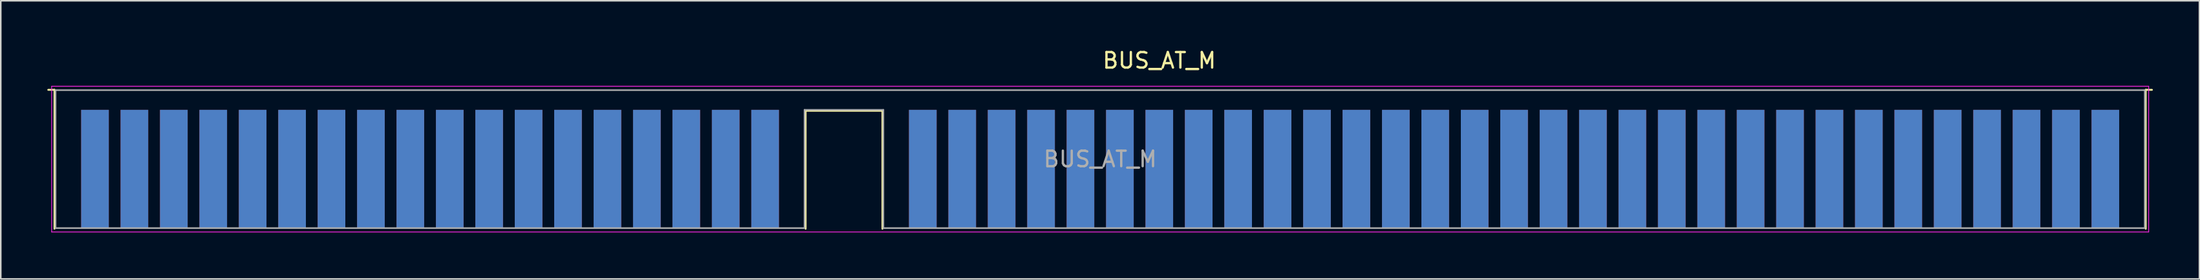
<source format=kicad_pcb>
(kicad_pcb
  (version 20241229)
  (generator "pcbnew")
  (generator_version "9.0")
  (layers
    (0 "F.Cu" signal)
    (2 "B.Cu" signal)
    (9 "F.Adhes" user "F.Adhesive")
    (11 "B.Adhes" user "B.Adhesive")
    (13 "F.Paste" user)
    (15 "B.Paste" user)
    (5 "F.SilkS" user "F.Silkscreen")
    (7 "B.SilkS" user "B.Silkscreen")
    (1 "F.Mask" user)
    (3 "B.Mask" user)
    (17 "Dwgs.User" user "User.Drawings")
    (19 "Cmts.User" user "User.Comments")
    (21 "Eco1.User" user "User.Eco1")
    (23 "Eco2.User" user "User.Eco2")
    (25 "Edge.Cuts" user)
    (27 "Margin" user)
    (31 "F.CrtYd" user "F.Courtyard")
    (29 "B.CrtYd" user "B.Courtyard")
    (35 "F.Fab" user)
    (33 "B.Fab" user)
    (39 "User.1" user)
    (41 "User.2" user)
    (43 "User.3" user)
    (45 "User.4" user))
  (footprint "BUS_AT_M"
    (layer "F.Cu")
    (at 132.61 7.838)
    (property "Reference" "BUS_AT_M" (at -60.96 -6.99 0) (layer "F.SilkS") (effects (font (size 1 1) (thickness 0.15))))
    (attr exclude_from_pos_files exclude_from_bom)
    (fp_line (start -132.15 -5.1) (end -132.55 -5.1) (stroke (width 0.12) (type solid)) (layer "F.SilkS"))
    (fp_line (start -132.15 3.85) (end -132.15 -5.1) (stroke (width 0.12) (type solid)) (layer "F.SilkS"))
    (fp_line (start -83.75 -3.75) (end -78.8 -3.75) (stroke (width 0.12) (type solid)) (layer "F.SilkS"))
    (fp_line (start -83.75 3.85) (end -83.75 -3.75) (stroke (width 0.12) (type solid)) (layer "F.SilkS"))
    (fp_line (start -78.8 -3.75) (end -78.8 3.85) (stroke (width 0.12) (type solid)) (layer "F.SilkS"))
    (fp_line (start 2.6 -5.1) (end 3 -5.1) (stroke (width 0.12) (type solid)) (layer "F.SilkS"))
    (fp_line (start 2.6 3.85) (end 2.6 -5.1) (stroke (width 0.12) (type solid)) (layer "F.SilkS"))
    (fp_line (start -132.33 -5.33) (end -132.33 4.06) (stroke (width 0.05) (type solid)) (layer "F.CrtYd"))
    (fp_line (start -132.33 -5.33) (end 2.79 -5.33) (stroke (width 0.05) (type solid)) (layer "F.CrtYd"))
    (fp_line (start 2.79 4.06) (end -132.33 4.06) (stroke (width 0.05) (type solid)) (layer "F.CrtYd"))
    (fp_line (start 2.79 4.06) (end 2.79 -5.33) (stroke (width 0.05) (type solid)) (layer "F.CrtYd"))
    (fp_line (start -132.08 -5.08) (end 2.54 -5.08) (stroke (width 0.1) (type solid)) (layer "F.Fab"))
    (fp_line (start -132.08 3.81) (end -132.08 -5.08) (stroke (width 0.1) (type solid)) (layer "F.Fab"))
    (fp_line (start -83.82 -3.81) (end -83.82 3.81) (stroke (width 0.1) (type solid)) (layer "F.Fab"))
    (fp_line (start -83.82 3.81) (end -132.08 3.81) (stroke (width 0.1) (type solid)) (layer "F.Fab"))
    (fp_line (start -78.74 -3.81) (end -83.82 -3.81) (stroke (width 0.1) (type solid)) (layer "F.Fab"))
    (fp_line (start -78.74 3.81) (end -78.74 -3.81) (stroke (width 0.1) (type solid)) (layer "F.Fab"))
    (fp_line (start 2.54 -5.08) (end 2.54 3.81) (stroke (width 0.1) (type solid)) (layer "F.Fab"))
    (fp_line (start 2.54 3.81) (end -78.74 3.81) (stroke (width 0.1) (type solid)) (layer "F.Fab"))
    (fp_text user "${REFERENCE}" (at -64.77 -0.635 0) (layer "F.Fab") (effects (font (size 1 1) (thickness 0.15))))
    (pad "1" connect rect (at 0 0) (size 1.78 7.62) (layers "B.Cu" "B.Mask"))
    (pad "2" connect rect (at -2.54 0) (size 1.78 7.62) (layers "B.Cu" "B.Mask"))
    (pad "3" connect rect (at -5.08 0) (size 1.78 7.62) (layers "B.Cu" "B.Mask"))
    (pad "4" connect rect (at -7.62 0) (size 1.78 7.62) (layers "B.Cu" "B.Mask"))
    (pad "5" connect rect (at -10.16 0) (size 1.78 7.62) (layers "B.Cu" "B.Mask"))
    (pad "6" connect rect (at -12.7 0) (size 1.78 7.62) (layers "B.Cu" "B.Mask"))
    (pad "7" connect rect (at -15.24 0) (size 1.78 7.62) (layers "B.Cu" "B.Mask"))
    (pad "8" connect rect (at -17.78 0) (size 1.78 7.62) (layers "B.Cu" "B.Mask"))
    (pad "9" connect rect (at -20.32 0) (size 1.78 7.62) (layers "B.Cu" "B.Mask"))
    (pad "10" connect rect (at -22.86 0) (size 1.78 7.62) (layers "B.Cu" "B.Mask"))
    (pad "11" connect rect (at -25.4 0) (size 1.78 7.62) (layers "B.Cu" "B.Mask"))
    (pad "12" connect rect (at -27.94 0) (size 1.78 7.62) (layers "B.Cu" "B.Mask"))
    (pad "13" connect rect (at -30.48 0) (size 1.78 7.62) (layers "B.Cu" "B.Mask"))
    (pad "14" connect rect (at -33.02 0) (size 1.78 7.62) (layers "B.Cu" "B.Mask"))
    (pad "15" connect rect (at -35.56 0) (size 1.78 7.62) (layers "B.Cu" "B.Mask"))
    (pad "16" connect rect (at -38.1 0) (size 1.78 7.62) (layers "B.Cu" "B.Mask"))
    (pad "17" connect rect (at -40.64 0) (size 1.78 7.62) (layers "B.Cu" "B.Mask"))
    (pad "18" connect rect (at -43.18 0) (size 1.78 7.62) (layers "B.Cu" "B.Mask"))
    (pad "19" connect rect (at -45.72 0) (size 1.78 7.62) (layers "B.Cu" "B.Mask"))
    (pad "20" connect rect (at -48.26 0) (size 1.78 7.62) (layers "B.Cu" "B.Mask"))
    (pad "21" connect rect (at -50.8 0) (size 1.78 7.62) (layers "B.Cu" "B.Mask"))
    (pad "22" connect rect (at -53.34 0) (size 1.78 7.62) (layers "B.Cu" "B.Mask"))
    (pad "23" connect rect (at -55.88 0) (size 1.78 7.62) (layers "B.Cu" "B.Mask"))
    (pad "24" connect rect (at -58.42 0) (size 1.78 7.62) (layers "B.Cu" "B.Mask"))
    (pad "25" connect rect (at -60.96 0) (size 1.78 7.62) (layers "B.Cu" "B.Mask"))
    (pad "26" connect rect (at -63.5 0) (size 1.78 7.62) (layers "B.Cu" "B.Mask"))
    (pad "27" connect rect (at -66.04 0) (size 1.78 7.62) (layers "B.Cu" "B.Mask"))
    (pad "28" connect rect (at -68.58 0) (size 1.78 7.62) (layers "B.Cu" "B.Mask"))
    (pad "29" connect rect (at -71.12 0) (size 1.78 7.62) (layers "B.Cu" "B.Mask"))
    (pad "30" connect rect (at -73.66 0) (size 1.78 7.62) (layers "B.Cu" "B.Mask"))
    (pad "31" connect rect (at -76.2 0) (size 1.78 7.62) (layers "B.Cu" "B.Mask"))
    (pad "32" connect rect (at 0 0) (size 1.78 7.62) (layers "F.Cu" "F.Mask"))
    (pad "33" connect rect (at -2.54 0) (size 1.78 7.62) (layers "F.Cu" "F.Mask"))
    (pad "34" connect rect (at -5.08 0) (size 1.78 7.62) (layers "F.Cu" "F.Mask"))
    (pad "35" connect rect (at -7.62 0) (size 1.78 7.62) (layers "F.Cu" "F.Mask"))
    (pad "36" connect rect (at -10.16 0) (size 1.78 7.62) (layers "F.Cu" "F.Mask"))
    (pad "37" connect rect (at -12.7 0) (size 1.78 7.62) (layers "F.Cu" "F.Mask"))
    (pad "38" connect rect (at -15.24 0) (size 1.78 7.62) (layers "F.Cu" "F.Mask"))
    (pad "39" connect rect (at -17.78 0) (size 1.78 7.62) (layers "F.Cu" "F.Mask"))
    (pad "40" connect rect (at -20.32 0) (size 1.78 7.62) (layers "F.Cu" "F.Mask"))
    (pad "41" connect rect (at -22.86 0) (size 1.78 7.62) (layers "F.Cu" "F.Mask"))
    (pad "42" connect rect (at -25.4 0) (size 1.78 7.62) (layers "F.Cu" "F.Mask"))
    (pad "43" connect rect (at -27.94 0) (size 1.78 7.62) (layers "F.Cu" "F.Mask"))
    (pad "44" connect rect (at -30.48 0) (size 1.78 7.62) (layers "F.Cu" "F.Mask"))
    (pad "45" connect rect (at -33.02 0) (size 1.78 7.62) (layers "F.Cu" "F.Mask"))
    (pad "46" connect rect (at -35.56 0) (size 1.78 7.62) (layers "F.Cu" "F.Mask"))
    (pad "47" connect rect (at -38.1 0) (size 1.78 7.62) (layers "F.Cu" "F.Mask"))
    (pad "48" connect rect (at -40.64 0) (size 1.78 7.62) (layers "F.Cu" "F.Mask"))
    (pad "49" connect rect (at -43.18 0) (size 1.78 7.62) (layers "F.Cu" "F.Mask"))
    (pad "50" connect rect (at -45.72 0) (size 1.78 7.62) (layers "F.Cu" "F.Mask"))
    (pad "51" connect rect (at -48.26 0) (size 1.78 7.62) (layers "F.Cu" "F.Mask"))
    (pad "52" connect rect (at -50.8 0) (size 1.78 7.62) (layers "F.Cu" "F.Mask"))
    (pad "53" connect rect (at -53.34 0) (size 1.78 7.62) (layers "F.Cu" "F.Mask"))
    (pad "54" connect rect (at -55.88 0) (size 1.78 7.62) (layers "F.Cu" "F.Mask"))
    (pad "55" connect rect (at -58.42 0) (size 1.78 7.62) (layers "F.Cu" "F.Mask"))
    (pad "56" connect rect (at -60.96 0) (size 1.78 7.62) (layers "F.Cu" "F.Mask"))
    (pad "57" connect rect (at -63.5 0) (size 1.78 7.62) (layers "F.Cu" "F.Mask"))
    (pad "58" connect rect (at -66.04 0) (size 1.78 7.62) (layers "F.Cu" "F.Mask"))
    (pad "59" connect rect (at -68.58 0) (size 1.78 7.62) (layers "F.Cu" "F.Mask"))
    (pad "60" connect rect (at -71.12 0) (size 1.78 7.62) (layers "F.Cu" "F.Mask"))
    (pad "61" connect rect (at -73.66 0) (size 1.78 7.62) (layers "F.Cu" "F.Mask"))
    (pad "62" connect rect (at -76.2 0) (size 1.78 7.62) (layers "F.Cu" "F.Mask"))
    (pad "63" connect rect (at -86.36 0) (size 1.78 7.62) (layers "B.Cu" "B.Mask"))
    (pad "64" connect rect (at -88.9 0) (size 1.78 7.62) (layers "B.Cu" "B.Mask"))
    (pad "65" connect rect (at -91.44 0) (size 1.78 7.62) (layers "B.Cu" "B.Mask"))
    (pad "66" connect rect (at -93.98 0) (size 1.78 7.62) (layers "B.Cu" "B.Mask"))
    (pad "67" connect rect (at -96.52 0) (size 1.78 7.62) (layers "B.Cu" "B.Mask"))
    (pad "68" connect rect (at -99.06 0) (size 1.78 7.62) (layers "B.Cu" "B.Mask"))
    (pad "69" connect rect (at -101.6 0) (size 1.78 7.62) (layers "B.Cu" "B.Mask"))
    (pad "70" connect rect (at -104.14 0) (size 1.78 7.62) (layers "B.Cu" "B.Mask"))
    (pad "71" connect rect (at -106.68 0) (size 1.78 7.62) (layers "B.Cu" "B.Mask"))
    (pad "72" connect rect (at -109.22 0) (size 1.78 7.62) (layers "B.Cu" "B.Mask"))
    (pad "73" connect rect (at -111.76 0) (size 1.78 7.62) (layers "B.Cu" "B.Mask"))
    (pad "74" connect rect (at -114.3 0) (size 1.78 7.62) (layers "B.Cu" "B.Mask"))
    (pad "75" connect rect (at -116.84 0) (size 1.78 7.62) (layers "B.Cu" "B.Mask"))
    (pad "76" connect rect (at -119.38 0) (size 1.78 7.62) (layers "B.Cu" "B.Mask"))
    (pad "77" connect rect (at -121.92 0) (size 1.78 7.62) (layers "B.Cu" "B.Mask"))
    (pad "78" connect rect (at -124.46 0) (size 1.78 7.62) (layers "B.Cu" "B.Mask"))
    (pad "79" connect rect (at -127 0) (size 1.78 7.62) (layers "B.Cu" "B.Mask"))
    (pad "80" connect rect (at -129.54 0) (size 1.78 7.62) (layers "B.Cu" "B.Mask"))
    (pad "81" connect rect (at -86.36 0) (size 1.78 7.62) (layers "F.Cu" "F.Mask"))
    (pad "82" connect rect (at -88.9 0) (size 1.78 7.62) (layers "F.Cu" "F.Mask"))
    (pad "83" connect rect (at -91.44 0) (size 1.78 7.62) (layers "F.Cu" "F.Mask"))
    (pad "84" connect rect (at -93.98 0) (size 1.78 7.62) (layers "F.Cu" "F.Mask"))
    (pad "85" connect rect (at -96.52 0) (size 1.78 7.62) (layers "F.Cu" "F.Mask"))
    (pad "86" connect rect (at -99.06 0) (size 1.78 7.62) (layers "F.Cu" "F.Mask"))
    (pad "87" connect rect (at -101.6 0) (size 1.78 7.62) (layers "F.Cu" "F.Mask"))
    (pad "88" connect rect (at -104.14 0) (size 1.78 7.62) (layers "F.Cu" "F.Mask"))
    (pad "89" connect rect (at -106.68 0) (size 1.78 7.62) (layers "F.Cu" "F.Mask"))
    (pad "90" connect rect (at -109.22 0) (size 1.78 7.62) (layers "F.Cu" "F.Mask"))
    (pad "91" connect rect (at -111.76 0) (size 1.78 7.62) (layers "F.Cu" "F.Mask"))
    (pad "92" connect rect (at -114.3 0) (size 1.78 7.62) (layers "F.Cu" "F.Mask"))
    (pad "93" connect rect (at -116.84 0) (size 1.78 7.62) (layers "F.Cu" "F.Mask"))
    (pad "94" connect rect (at -119.38 0) (size 1.78 7.62) (layers "F.Cu" "F.Mask"))
    (pad "95" connect rect (at -121.92 0) (size 1.78 7.62) (layers "F.Cu" "F.Mask"))
    (pad "96" connect rect (at -124.46 0) (size 1.78 7.62) (layers "F.Cu" "F.Mask"))
    (pad "97" connect rect (at -127 0) (size 1.78 7.62) (layers "F.Cu" "F.Mask"))
    (pad "98" connect rect (at -129.54 0) (size 1.78 7.62) (layers "F.Cu" "F.Mask")))
  (gr_rect
    (start -3 -3)
    (end 138.67 14.923)
    (stroke (width 0.1) (type default))
    (fill no)
    (layer "Edge.Cuts")))
</source>
